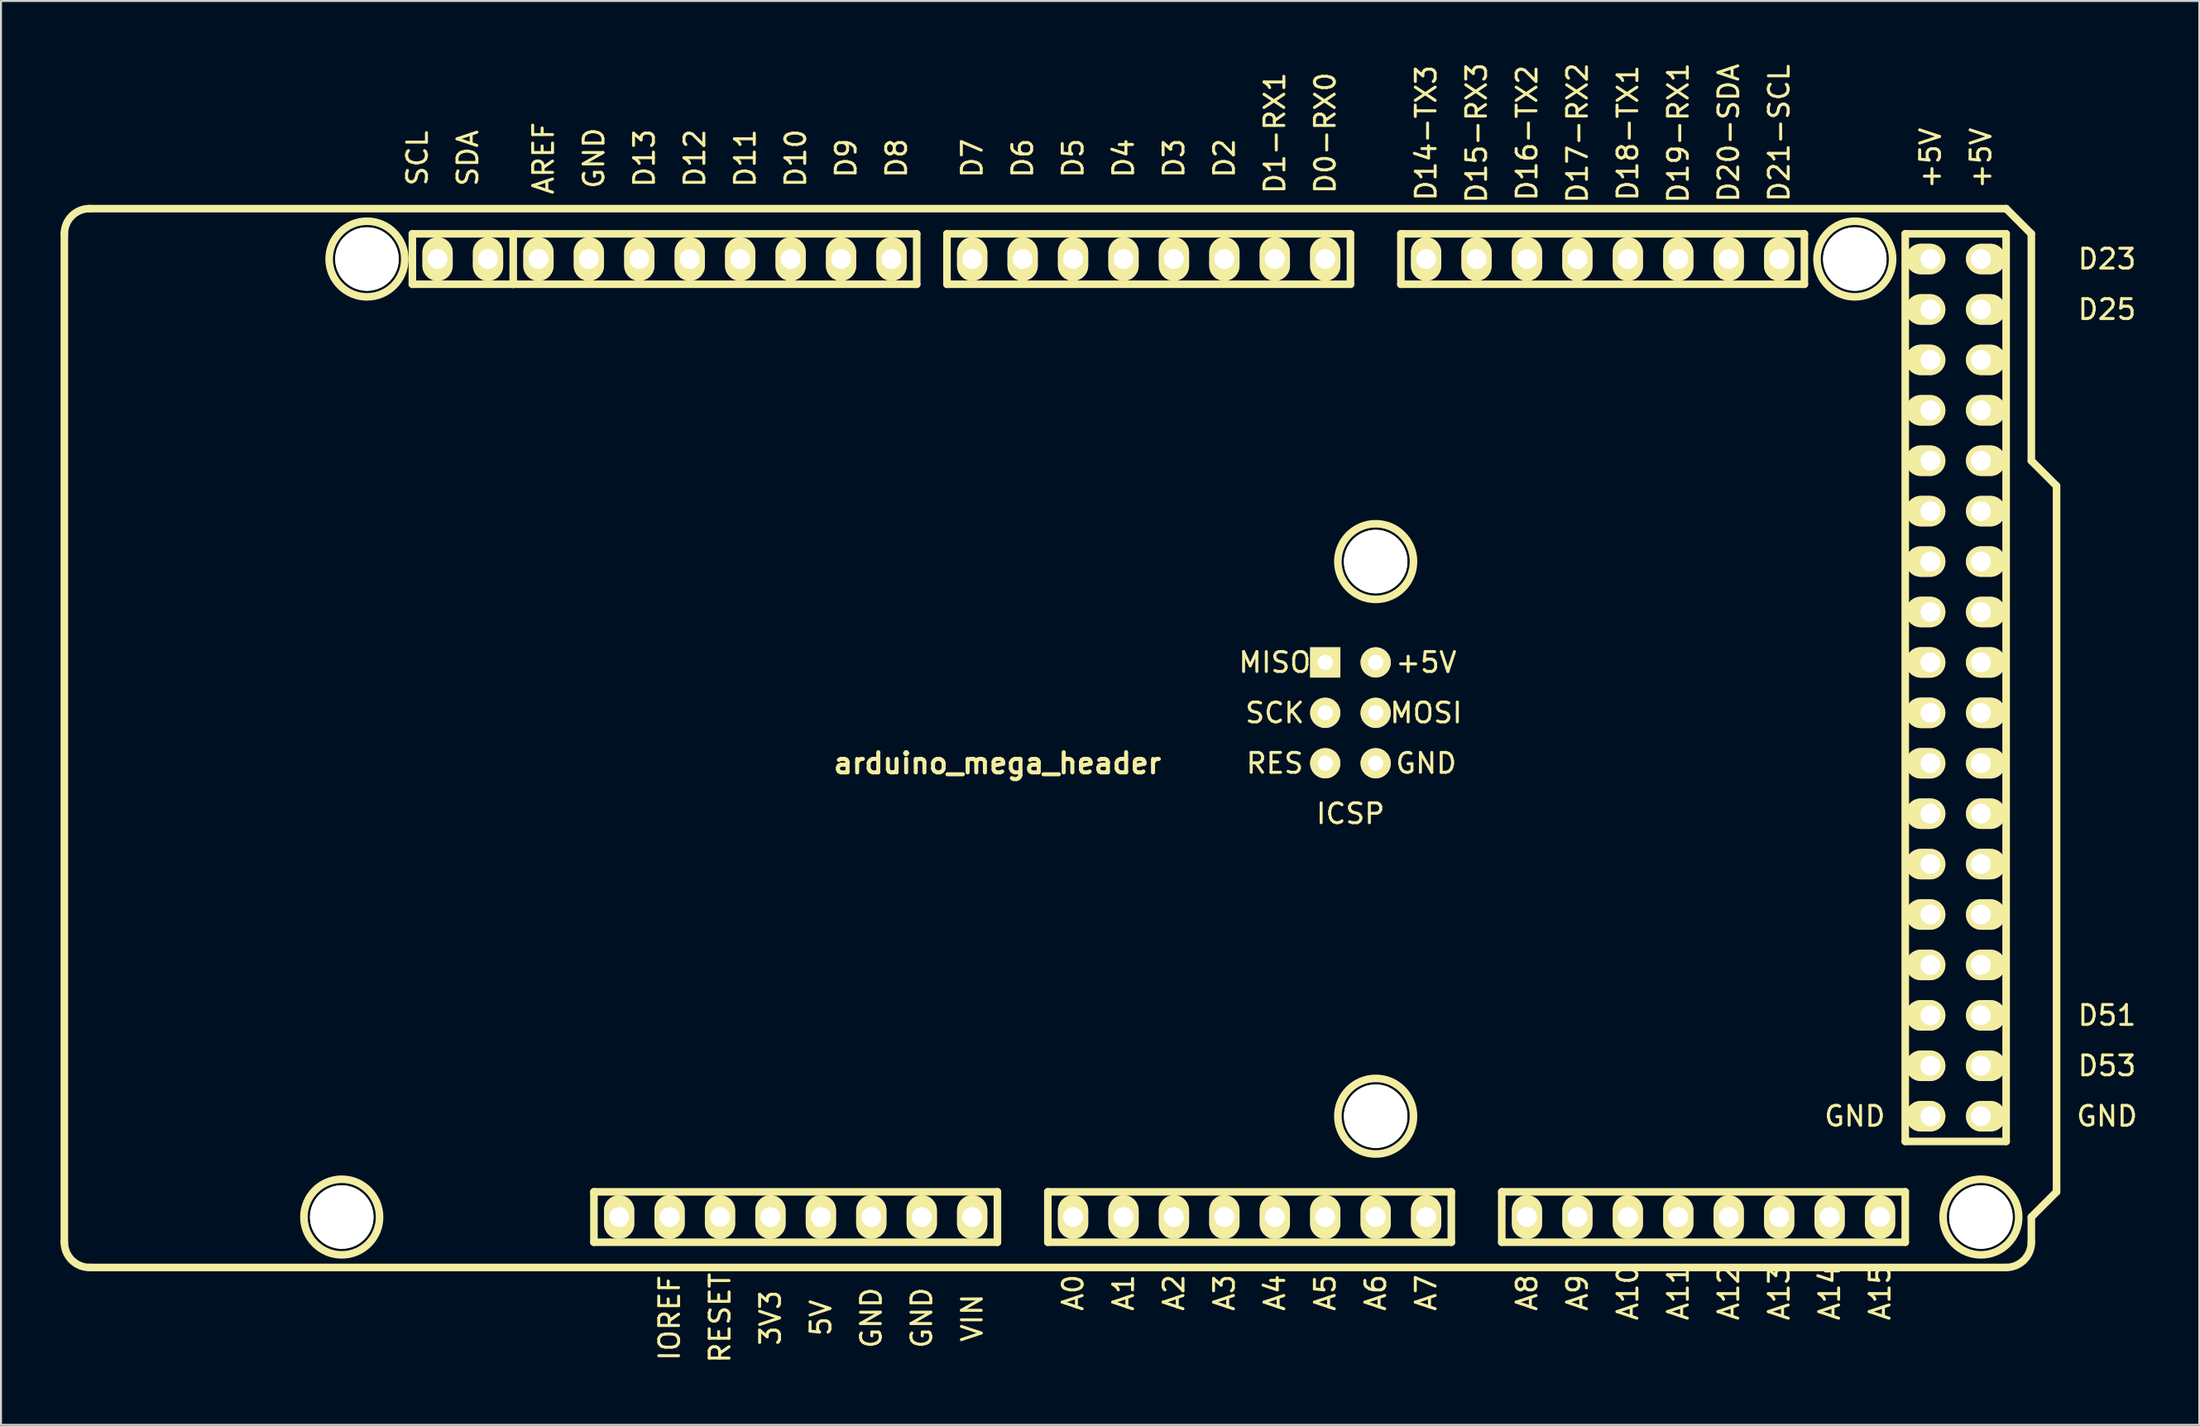
<source format=kicad_pcb>
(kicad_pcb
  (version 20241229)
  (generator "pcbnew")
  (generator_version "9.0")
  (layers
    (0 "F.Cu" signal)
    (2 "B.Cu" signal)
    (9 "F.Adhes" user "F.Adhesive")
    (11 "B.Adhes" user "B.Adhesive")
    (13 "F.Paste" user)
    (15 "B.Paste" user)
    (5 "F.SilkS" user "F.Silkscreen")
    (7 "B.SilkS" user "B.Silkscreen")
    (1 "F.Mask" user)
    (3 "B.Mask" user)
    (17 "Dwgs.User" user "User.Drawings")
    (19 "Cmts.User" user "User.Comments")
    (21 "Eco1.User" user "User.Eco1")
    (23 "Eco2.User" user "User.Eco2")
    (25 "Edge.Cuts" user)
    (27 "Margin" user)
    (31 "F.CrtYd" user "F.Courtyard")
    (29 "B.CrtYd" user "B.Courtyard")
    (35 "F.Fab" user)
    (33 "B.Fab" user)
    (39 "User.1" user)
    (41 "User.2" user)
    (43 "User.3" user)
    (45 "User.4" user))
  (footprint "arduino_mega_header"
    (layer "F.Cu")
    (at 49.721 34.129)
    (property "Reference" "arduino_mega_header" (at -2.54 1.27 0) (layer "F.SilkS") (effects (font (size 1.016 1.016) (thickness 0.203))))
    (attr through_hole)
    (fp_line (start -49.53 25.4) (end -49.53 -25.4) (stroke (width 0.381) (type solid)) (layer "F.SilkS"))
    (fp_line (start -48.26 -26.67) (end 48.26 -26.67) (stroke (width 0.381) (type solid)) (layer "F.SilkS"))
    (fp_line (start -48.26 26.67) (end 48.26 26.67) (stroke (width 0.381) (type solid)) (layer "F.SilkS"))
    (fp_line (start -32.004 -25.4) (end -32.004 -22.86) (stroke (width 0.381) (type solid)) (layer "F.SilkS"))
    (fp_line (start -32.004 -22.86) (end -26.924 -22.86) (stroke (width 0.381) (type solid)) (layer "F.SilkS"))
    (fp_line (start -26.924 -25.4) (end -32.004 -25.4) (stroke (width 0.381) (type solid)) (layer "F.SilkS"))
    (fp_line (start -26.924 -22.86) (end -26.924 -25.4) (stroke (width 0.381) (type solid)) (layer "F.SilkS"))
    (fp_line (start -22.86 25.4) (end -22.86 22.86) (stroke (width 0.381) (type solid)) (layer "F.SilkS"))
    (fp_line (start -22.86 25.4) (end -2.54 25.4) (stroke (width 0.381) (type solid)) (layer "F.SilkS"))
    (fp_line (start -6.604 -25.4) (end -26.924 -25.4) (stroke (width 0.381) (type solid)) (layer "F.SilkS"))
    (fp_line (start -6.604 -22.86) (end -26.924 -22.86) (stroke (width 0.381) (type solid)) (layer "F.SilkS"))
    (fp_line (start -6.604 -22.86) (end -6.604 -25.4) (stroke (width 0.381) (type solid)) (layer "F.SilkS"))
    (fp_line (start -5.08 -25.4) (end 15.24 -25.4) (stroke (width 0.381) (type solid)) (layer "F.SilkS"))
    (fp_line (start -5.08 -22.86) (end -5.08 -25.4) (stroke (width 0.381) (type solid)) (layer "F.SilkS"))
    (fp_line (start -2.54 22.86) (end -22.86 22.86) (stroke (width 0.381) (type solid)) (layer "F.SilkS"))
    (fp_line (start -2.54 22.86) (end -2.54 25.4) (stroke (width 0.381) (type solid)) (layer "F.SilkS"))
    (fp_line (start 0 22.86) (end 0 25.4) (stroke (width 0.381) (type solid)) (layer "F.SilkS"))
    (fp_line (start 0 25.4) (end 20.32 25.4) (stroke (width 0.381) (type solid)) (layer "F.SilkS"))
    (fp_line (start 15.24 -25.4) (end 15.24 -22.86) (stroke (width 0.381) (type solid)) (layer "F.SilkS"))
    (fp_line (start 15.24 -22.86) (end -5.08 -22.86) (stroke (width 0.381) (type solid)) (layer "F.SilkS"))
    (fp_line (start 17.78 -25.4) (end 17.78 -22.86) (stroke (width 0.381) (type solid)) (layer "F.SilkS"))
    (fp_line (start 17.78 -22.86) (end 38.1 -22.86) (stroke (width 0.381) (type solid)) (layer "F.SilkS"))
    (fp_line (start 20.32 22.86) (end 0 22.86) (stroke (width 0.381) (type solid)) (layer "F.SilkS"))
    (fp_line (start 20.32 25.4) (end 20.32 22.86) (stroke (width 0.381) (type solid)) (layer "F.SilkS"))
    (fp_line (start 22.86 22.86) (end 43.18 22.86) (stroke (width 0.381) (type solid)) (layer "F.SilkS"))
    (fp_line (start 22.86 25.4) (end 22.86 22.86) (stroke (width 0.381) (type solid)) (layer "F.SilkS"))
    (fp_line (start 38.1 -25.4) (end 17.78 -25.4) (stroke (width 0.381) (type solid)) (layer "F.SilkS"))
    (fp_line (start 38.1 -22.86) (end 38.1 -25.4) (stroke (width 0.381) (type solid)) (layer "F.SilkS"))
    (fp_line (start 43.18 -25.4) (end 43.18 20.32) (stroke (width 0.381) (type solid)) (layer "F.SilkS"))
    (fp_line (start 43.18 20.32) (end 48.26 20.32) (stroke (width 0.381) (type solid)) (layer "F.SilkS"))
    (fp_line (start 43.18 22.86) (end 43.18 25.4) (stroke (width 0.381) (type solid)) (layer "F.SilkS"))
    (fp_line (start 43.18 25.4) (end 22.86 25.4) (stroke (width 0.381) (type solid)) (layer "F.SilkS"))
    (fp_line (start 48.26 -26.67) (end 49.53 -25.4) (stroke (width 0.381) (type solid)) (layer "F.SilkS"))
    (fp_line (start 48.26 -25.4) (end 43.18 -25.4) (stroke (width 0.381) (type solid)) (layer "F.SilkS"))
    (fp_line (start 48.26 20.32) (end 48.26 -25.4) (stroke (width 0.381) (type solid)) (layer "F.SilkS"))
    (fp_line (start 49.53 -25.4) (end 49.53 -13.97) (stroke (width 0.381) (type solid)) (layer "F.SilkS"))
    (fp_line (start 49.53 -13.97) (end 50.8 -12.7) (stroke (width 0.381) (type solid)) (layer "F.SilkS"))
    (fp_line (start 49.53 24.13) (end 49.53 25.4) (stroke (width 0.381) (type solid)) (layer "F.SilkS"))
    (fp_line (start 50.8 -12.7) (end 50.8 22.86) (stroke (width 0.381) (type solid)) (layer "F.SilkS"))
    (fp_line (start 50.8 22.86) (end 49.53 24.13) (stroke (width 0.381) (type solid)) (layer "F.SilkS"))
    (fp_arc (start -49.53 -25.4) (mid -49.158026 -26.298026) (end -48.26 -26.67) (stroke (width 0.381) (type solid)) (layer "F.SilkS"))
    (fp_arc (start -48.26 26.67) (mid -49.158026 26.298026) (end -49.53 25.4) (stroke (width 0.381) (type solid)) (layer "F.SilkS"))
    (fp_arc (start 49.53 25.4) (mid 49.158026 26.298026) (end 48.26 26.67) (stroke (width 0.381) (type solid)) (layer "F.SilkS"))
    (fp_circle (center -35.56 24.13) (end -33.655 24.13) (stroke (width 0.381) (type solid)) (fill no) (layer "F.SilkS"))
    (fp_circle (center -34.29 -24.13) (end -32.385 -24.13) (stroke (width 0.381) (type solid)) (fill no) (layer "F.SilkS"))
    (fp_circle (center 16.51 -8.89) (end 18.415 -8.89) (stroke (width 0.381) (type solid)) (fill no) (layer "F.SilkS"))
    (fp_circle (center 16.51 19.05) (end 18.415 19.05) (stroke (width 0.381) (type solid)) (fill no) (layer "F.SilkS"))
    (fp_circle (center 40.64 -24.13) (end 42.545 -24.13) (stroke (width 0.381) (type solid)) (fill no) (layer "F.SilkS"))
    (fp_circle (center 46.99 24.13) (end 48.895 24.13) (stroke (width 0.381) (type solid)) (fill no) (layer "F.SilkS"))
    (fp_text user "SCK" (at 11.43 -1.27 180) (layer "F.SilkS") (effects (font (size 1 1) (thickness 0.15))))
    (fp_text user "D51" (at 53.34 13.97 180) (layer "F.SilkS") (effects (font (size 1 1) (thickness 0.15))))
    (fp_text user "+5V" (at 46.99 -29.21 90) (layer "F.SilkS") (effects (font (size 1 1) (thickness 0.15))))
    (fp_text user "A6" (at 16.51 27.94 90) (layer "F.SilkS") (effects (font (size 1 1) (thickness 0.15))))
    (fp_text user "MOSI" (at 19.05 -1.27 180) (layer "F.SilkS") (effects (font (size 1 1) (thickness 0.15))))
    (fp_text user "D19-RX1" (at 31.75 -30.48 90) (layer "F.SilkS") (effects (font (size 1 1) (thickness 0.15))))
    (fp_text user "D9" (at -10.16 -29.21 90) (layer "F.SilkS") (effects (font (size 1 1) (thickness 0.15))))
    (fp_text user "A0" (at 1.27 27.94 90) (layer "F.SilkS") (effects (font (size 1 1) (thickness 0.15))))
    (fp_text user "A9" (at 26.67 27.94 90) (layer "F.SilkS") (effects (font (size 1 1) (thickness 0.15))))
    (fp_text user "D10" (at -12.7 -29.21 90) (layer "F.SilkS") (effects (font (size 1 1) (thickness 0.15))))
    (fp_text user "A1" (at 3.81 27.94 90) (layer "F.SilkS") (effects (font (size 1 1) (thickness 0.15))))
    (fp_text user "3V3" (at -13.97 29.21 90) (layer "F.SilkS") (effects (font (size 1 1) (thickness 0.15))))
    (fp_text user "D2" (at 8.89 -29.21 90) (layer "F.SilkS") (effects (font (size 1 1) (thickness 0.15))))
    (fp_text user "D53" (at 53.34 16.51 180) (layer "F.SilkS") (effects (font (size 1 1) (thickness 0.15))))
    (fp_text user "" (at -1.27 -1.27 0) (layer "F.SilkS") (effects (font (size 1 1) (thickness 0.15))))
    (fp_text user "IOREF" (at -19.05 29.21 90) (layer "F.SilkS") (effects (font (size 1 1) (thickness 0.15))))
    (fp_text user "A12" (at 34.29 27.94 90) (layer "F.SilkS") (effects (font (size 1 1) (thickness 0.15))))
    (fp_text user "A5" (at 13.97 27.94 90) (layer "F.SilkS") (effects (font (size 1 1) (thickness 0.15))))
    (fp_text user "GND" (at 19.05 1.27 180) (layer "F.SilkS") (effects (font (size 1 1) (thickness 0.15))))
    (fp_text user "A2" (at 6.35 27.94 90) (layer "F.SilkS") (effects (font (size 1 1) (thickness 0.15))))
    (fp_text user "RES" (at 11.43 1.27 180) (layer "F.SilkS") (effects (font (size 1 1) (thickness 0.15))))
    (fp_text user "MISO" (at 11.43 -3.81 180) (layer "F.SilkS") (effects (font (size 1 1) (thickness 0.15))))
    (fp_text user "A4" (at 11.43 27.94 90) (layer "F.SilkS") (effects (font (size 1 1) (thickness 0.15))))
    (fp_text user "D3" (at 6.35 -29.21 90) (layer "F.SilkS") (effects (font (size 1 1) (thickness 0.15))))
    (fp_text user "D18-TX1" (at 29.21 -30.48 90) (layer "F.SilkS") (effects (font (size 1 1) (thickness 0.15))))
    (fp_text user "D4" (at 3.81 -29.21 90) (layer "F.SilkS") (effects (font (size 1 1) (thickness 0.15))))
    (fp_text user "D1-RX1" (at 11.43 -30.48 90) (layer "F.SilkS") (effects (font (size 1 1) (thickness 0.15))))
    (fp_text user "D15-RX3" (at 21.59 -30.48 90) (layer "F.SilkS") (effects (font (size 1 1) (thickness 0.15))))
    (fp_text user "D13" (at -20.32 -29.21 90) (layer "F.SilkS") (effects (font (size 1 1) (thickness 0.15))))
    (fp_text user "SCL" (at -31.75 -29.21 90) (layer "F.SilkS") (effects (font (size 1 1) (thickness 0.15))))
    (fp_text user "A7" (at 19.05 27.94 90) (layer "F.SilkS") (effects (font (size 1 1) (thickness 0.15))))
    (fp_text user "D21-SCL" (at 36.83 -30.48 90) (layer "F.SilkS") (effects (font (size 1 1) (thickness 0.15))))
    (fp_text user "D23" (at 53.34 -24.13 180) (layer "F.SilkS") (effects (font (size 1 1) (thickness 0.15))))
    (fp_text user "ICSP" (at 15.24 3.81 180) (layer "F.SilkS") (effects (font (size 1 1) (thickness 0.15))))
    (fp_text user "A11" (at 31.75 27.94 90) (layer "F.SilkS") (effects (font (size 1 1) (thickness 0.15))))
    (fp_text user "D7" (at -3.81 -29.21 90) (layer "F.SilkS") (effects (font (size 1 1) (thickness 0.15))))
    (fp_text user "A8" (at 24.13 27.94 90) (layer "F.SilkS") (effects (font (size 1 1) (thickness 0.15))))
    (fp_text user "D25" (at 53.34 -21.59 180) (layer "F.SilkS") (effects (font (size 1 1) (thickness 0.15))))
    (fp_text user "RESET" (at -16.51 29.21 90) (layer "F.SilkS") (effects (font (size 1 1) (thickness 0.15))))
    (fp_text user "A13" (at 36.83 27.94 90) (layer "F.SilkS") (effects (font (size 1 1) (thickness 0.15))))
    (fp_text user "D12" (at -17.78 -29.21 90) (layer "F.SilkS") (effects (font (size 1 1) (thickness 0.15))))
    (fp_text user "D8" (at -7.62 -29.21 90) (layer "F.SilkS") (effects (font (size 1 1) (thickness 0.15))))
    (fp_text user "VIN" (at -3.81 29.21 90) (layer "F.SilkS") (effects (font (size 1 1) (thickness 0.15))))
    (fp_text user "GND" (at 40.64 19.05 180) (layer "F.SilkS") (effects (font (size 1 1) (thickness 0.15))))
    (fp_text user "D17-RX2" (at 26.67 -30.48 90) (layer "F.SilkS") (effects (font (size 1 1) (thickness 0.15))))
    (fp_text user "+5V" (at 44.45 -29.21 90) (layer "F.SilkS") (effects (font (size 1 1) (thickness 0.15))))
    (fp_text user "D0-RX0" (at 13.97 -30.48 90) (layer "F.SilkS") (effects (font (size 1 1) (thickness 0.15))))
    (fp_text user "A15" (at 41.91 27.94 90) (layer "F.SilkS") (effects (font (size 1 1) (thickness 0.15))))
    (fp_text user "D6" (at -1.27 -29.21 90) (layer "F.SilkS") (effects (font (size 1 1) (thickness 0.15))))
    (fp_text user "D11" (at -15.24 -29.21 90) (layer "F.SilkS") (effects (font (size 1 1) (thickness 0.15))))
    (fp_text user "D16-TX2" (at 24.13 -30.48 90) (layer "F.SilkS") (effects (font (size 1 1) (thickness 0.15))))
    (fp_text user "GND" (at 53.34 19.05 180) (layer "F.SilkS") (effects (font (size 1 1) (thickness 0.15))))
    (fp_text user "GND" (at -6.35 29.21 90) (layer "F.SilkS") (effects (font (size 1 1) (thickness 0.15))))
    (fp_text user "A3" (at 8.89 27.94 90) (layer "F.SilkS") (effects (font (size 1 1) (thickness 0.15))))
    (fp_text user "D5" (at 1.27 -29.21 90) (layer "F.SilkS") (effects (font (size 1 1) (thickness 0.15))))
    (fp_text user "AREF" (at -25.4 -29.21 90) (layer "F.SilkS") (effects (font (size 1 1) (thickness 0.15))))
    (fp_text user "GND" (at -22.86 -29.21 90) (layer "F.SilkS") (effects (font (size 1 1) (thickness 0.15))))
    (fp_text user "A10" (at 29.21 27.94 90) (layer "F.SilkS") (effects (font (size 1 1) (thickness 0.15))))
    (fp_text user "A14" (at 39.37 27.94 90) (layer "F.SilkS") (effects (font (size 1 1) (thickness 0.15))))
    (fp_text user "D14-TX3" (at 19.05 -30.48 90) (layer "F.SilkS") (effects (font (size 1 1) (thickness 0.15))))
    (fp_text user "GND" (at -8.89 29.21 90) (layer "F.SilkS") (effects (font (size 1 1) (thickness 0.15))))
    (fp_text user "D20-SDA" (at 34.29 -30.48 90) (layer "F.SilkS") (effects (font (size 1 1) (thickness 0.15))))
    (fp_text user "+5V" (at 19.05 -3.81 180) (layer "F.SilkS") (effects (font (size 1 1) (thickness 0.15))))
    (fp_text user "5V" (at -11.43 29.21 90) (layer "F.SilkS") (effects (font (size 1 1) (thickness 0.15))))
    (fp_text user "SDA" (at -29.21 -29.21 90) (layer "F.SilkS") (effects (font (size 1 1) (thickness 0.15))))
    (pad "" np_thru_hole circle (at -35.56 24.13) (size 3.198 3.198) (drill 3.198) (layers "*.Cu" "*.Mask" "F.SilkS"))
    (pad "" np_thru_hole circle (at -34.29 -24.13) (size 3.198 3.198) (drill 3.198) (layers "*.Cu" "*.Mask" "F.SilkS"))
    (pad "" np_thru_hole circle (at 16.51 -8.89) (size 3.198 3.198) (drill 3.198) (layers "*.Cu" "*.Mask" "F.SilkS"))
    (pad "" np_thru_hole circle (at 16.51 19.05) (size 3.198 3.198) (drill 3.198) (layers "*.Cu" "*.Mask" "F.SilkS"))
    (pad "" np_thru_hole circle (at 40.64 -24.13) (size 3.198 3.198) (drill 3.198) (layers "*.Cu" "*.Mask" "F.SilkS"))
    (pad "" np_thru_hole circle (at 46.99 24.13) (size 3.198 3.198) (drill 3.198) (layers "*.Cu" "*.Mask" "F.SilkS"))
    (pad "1" thru_hole oval (at -21.59 24.13) (size 1.524 2.2) (drill 1.001) (layers "*.Cu" "*.Mask" "F.SilkS"))
    (pad "2" thru_hole oval (at -19.05 24.13) (size 1.524 2.2) (drill 1.001) (layers "*.Cu" "*.Mask" "F.SilkS"))
    (pad "3" thru_hole oval (at -16.51 24.13) (size 1.524 2.2) (drill 1.001) (layers "*.Cu" "*.Mask" "F.SilkS"))
    (pad "4" thru_hole oval (at -13.97 24.13) (size 1.524 2.2) (drill 1.001) (layers "*.Cu" "*.Mask" "F.SilkS"))
    (pad "5" thru_hole oval (at -11.43 24.13) (size 1.524 2.2) (drill 1.001) (layers "*.Cu" "*.Mask" "F.SilkS"))
    (pad "6" thru_hole oval (at -8.89 24.13) (size 1.524 2.2) (drill 1.001) (layers "*.Cu" "*.Mask" "F.SilkS"))
    (pad "7" thru_hole oval (at -6.35 24.13) (size 1.524 2.2) (drill 1.001) (layers "*.Cu" "*.Mask" "F.SilkS"))
    (pad "8" thru_hole oval (at -3.81 24.13) (size 1.524 2.2) (drill 1.001) (layers "*.Cu" "*.Mask" "F.SilkS"))
    (pad "9" thru_hole oval (at 1.27 24.13) (size 1.524 2.2) (drill 1.001) (layers "*.Cu" "*.Mask" "F.SilkS"))
    (pad "10" thru_hole oval (at 3.81 24.13) (size 1.524 2.2) (drill 1.001) (layers "*.Cu" "*.Mask" "F.SilkS"))
    (pad "11" thru_hole oval (at 6.35 24.13) (size 1.524 2.2) (drill 1.001) (layers "*.Cu" "*.Mask" "F.SilkS"))
    (pad "12" thru_hole oval (at 8.89 24.13) (size 1.524 2.2) (drill 1.001) (layers "*.Cu" "*.Mask" "F.SilkS"))
    (pad "13" thru_hole oval (at 11.43 24.13) (size 1.524 2.2) (drill 1.001) (layers "*.Cu" "*.Mask" "F.SilkS"))
    (pad "14" thru_hole oval (at 13.97 24.13) (size 1.524 2.2) (drill 1.001) (layers "*.Cu" "*.Mask" "F.SilkS"))
    (pad "15" thru_hole oval (at 16.51 24.13) (size 1.524 2.2) (drill 1.001) (layers "*.Cu" "*.Mask" "F.SilkS"))
    (pad "16" thru_hole oval (at 19.05 24.13) (size 1.524 2.2) (drill 1.001) (layers "*.Cu" "*.Mask" "F.SilkS"))
    (pad "17" thru_hole oval (at 24.13 24.13) (size 1.524 2.2) (drill 1.001) (layers "*.Cu" "*.Mask" "F.SilkS"))
    (pad "18" thru_hole oval (at 26.67 24.13) (size 1.524 2.2) (drill 1.001) (layers "*.Cu" "*.Mask" "F.SilkS"))
    (pad "19" thru_hole oval (at 29.21 24.13) (size 1.524 2.2) (drill 1.001) (layers "*.Cu" "*.Mask" "F.SilkS"))
    (pad "20" thru_hole oval (at 31.75 24.13) (size 1.524 2.197) (drill 1.001) (layers "*.Cu" "*.Mask" "F.SilkS"))
    (pad "21" thru_hole oval (at 34.29 24.13) (size 1.524 2.197) (drill 1.001) (layers "*.Cu" "*.Mask" "F.SilkS"))
    (pad "22" thru_hole oval (at 36.83 24.13) (size 1.524 2.197) (drill 1.001) (layers "*.Cu" "*.Mask" "F.SilkS"))
    (pad "23" thru_hole oval (at 39.37 24.13) (size 1.524 2.197) (drill 1.001) (layers "*.Cu" "*.Mask" "F.SilkS"))
    (pad "24" thru_hole oval (at 41.91 24.13) (size 1.524 2.197) (drill 1.001) (layers "*.Cu" "*.Mask" "F.SilkS"))
    (pad "25" thru_hole oval (at 44.45 19.05) (size 1.999 1.539) (drill 1.001 (offset -0.249 0)) (layers "*.Cu" "*.Mask" "F.SilkS"))
    (pad "26" thru_hole oval (at 44.45 16.51) (size 1.999 1.539) (drill 1.001 (offset -0.249 0)) (layers "*.Cu" "*.Mask" "F.SilkS"))
    (pad "27" thru_hole oval (at 44.45 13.97) (size 1.999 1.539) (drill 1.001 (offset -0.249 0)) (layers "*.Cu" "*.Mask" "F.SilkS"))
    (pad "28" thru_hole oval (at 44.45 11.43) (size 1.999 1.539) (drill 1.001 (offset -0.249 0)) (layers "*.Cu" "*.Mask" "F.SilkS"))
    (pad "29" thru_hole oval (at 44.45 8.89) (size 1.999 1.539) (drill 1.001 (offset -0.249 0)) (layers "*.Cu" "*.Mask" "F.SilkS"))
    (pad "30" thru_hole oval (at 44.45 6.35) (size 1.999 1.539) (drill 1.001 (offset -0.249 0)) (layers "*.Cu" "*.Mask" "F.SilkS"))
    (pad "31" thru_hole oval (at 44.45 3.81) (size 1.999 1.539) (drill 1.001 (offset -0.249 0)) (layers "*.Cu" "*.Mask" "F.SilkS"))
    (pad "32" thru_hole oval (at 44.45 1.27) (size 1.999 1.539) (drill 1.001 (offset -0.249 0)) (layers "*.Cu" "*.Mask" "F.SilkS"))
    (pad "33" thru_hole oval (at 44.45 -1.27) (size 1.999 1.539) (drill 1.001 (offset -0.249 0)) (layers "*.Cu" "*.Mask" "F.SilkS"))
    (pad "34" thru_hole oval (at 44.45 -3.81) (size 1.999 1.539) (drill 1.001 (offset -0.249 0)) (layers "*.Cu" "*.Mask" "F.SilkS"))
    (pad "35" thru_hole oval (at 44.45 -6.35) (size 1.999 1.539) (drill 1.001 (offset -0.249 0)) (layers "*.Cu" "*.Mask" "F.SilkS"))
    (pad "36" thru_hole oval (at 44.45 -8.89) (size 1.999 1.539) (drill 1.001 (offset -0.249 0)) (layers "*.Cu" "*.Mask" "F.SilkS"))
    (pad "37" thru_hole oval (at 44.45 -11.43) (size 1.999 1.539) (drill 1.001 (offset -0.249 0)) (layers "*.Cu" "*.Mask" "F.SilkS"))
    (pad "38" thru_hole oval (at 44.45 -13.97) (size 1.999 1.539) (drill 1.001 (offset -0.249 0)) (layers "*.Cu" "*.Mask" "F.SilkS"))
    (pad "39" thru_hole oval (at 44.45 -16.51) (size 1.999 1.539) (drill 1.001 (offset -0.249 0)) (layers "*.Cu" "*.Mask" "F.SilkS"))
    (pad "40" thru_hole oval (at 44.45 -19.05) (size 1.999 1.539) (drill 1.001 (offset -0.249 0)) (layers "*.Cu" "*.Mask" "F.SilkS"))
    (pad "41" thru_hole oval (at 44.45 -21.59) (size 1.999 1.539) (drill 1.001 (offset -0.249 0)) (layers "*.Cu" "*.Mask" "F.SilkS"))
    (pad "42" thru_hole oval (at 44.45 -24.13) (size 1.999 1.539) (drill 1.001 (offset -0.249 0)) (layers "*.Cu" "*.Mask" "F.SilkS"))
    (pad "43" thru_hole oval (at 46.99 19.05) (size 1.999 1.537) (drill 1.001 (offset 0.246 0)) (layers "*.Cu" "*.Mask" "F.SilkS"))
    (pad "44" thru_hole oval (at 46.99 16.51) (size 1.999 1.537) (drill 1.001 (offset 0.246 0)) (layers "*.Cu" "*.Mask" "F.SilkS"))
    (pad "45" thru_hole oval (at 46.99 13.97) (size 1.999 1.537) (drill 1.001 (offset 0.246 0)) (layers "*.Cu" "*.Mask" "F.SilkS"))
    (pad "46" thru_hole oval (at 46.99 11.43) (size 1.999 1.537) (drill 1.001 (offset 0.246 0)) (layers "*.Cu" "*.Mask" "F.SilkS"))
    (pad "47" thru_hole oval (at 46.99 8.89) (size 1.999 1.537) (drill 1.001 (offset 0.246 0)) (layers "*.Cu" "*.Mask" "F.SilkS"))
    (pad "48" thru_hole oval (at 46.99 6.35) (size 1.999 1.537) (drill 1.001 (offset 0.246 0)) (layers "*.Cu" "*.Mask" "F.SilkS"))
    (pad "49" thru_hole oval (at 46.99 3.81) (size 1.999 1.537) (drill 1.001 (offset 0.246 0)) (layers "*.Cu" "*.Mask" "F.SilkS"))
    (pad "50" thru_hole oval (at 46.99 1.27) (size 1.999 1.537) (drill 1.001 (offset 0.246 0)) (layers "*.Cu" "*.Mask" "F.SilkS"))
    (pad "51" thru_hole oval (at 46.99 -1.27) (size 1.999 1.537) (drill 1.001 (offset 0.246 0)) (layers "*.Cu" "*.Mask" "F.SilkS"))
    (pad "52" thru_hole oval (at 46.99 -3.81) (size 1.999 1.537) (drill 1.001 (offset 0.246 0)) (layers "*.Cu" "*.Mask" "F.SilkS"))
    (pad "53" thru_hole oval (at 46.99 -6.35) (size 1.999 1.537) (drill 1.001 (offset 0.246 0)) (layers "*.Cu" "*.Mask" "F.SilkS"))
    (pad "54" thru_hole oval (at 46.99 -8.89) (size 1.999 1.537) (drill 1.001 (offset 0.246 0)) (layers "*.Cu" "*.Mask" "F.SilkS"))
    (pad "55" thru_hole oval (at 46.99 -11.43) (size 1.999 1.537) (drill 1.001 (offset 0.246 0)) (layers "*.Cu" "*.Mask" "F.SilkS"))
    (pad "56" thru_hole oval (at 46.99 -13.97) (size 1.999 1.537) (drill 1.001 (offset 0.246 0)) (layers "*.Cu" "*.Mask" "F.SilkS"))
    (pad "57" thru_hole oval (at 46.99 -16.51) (size 1.999 1.537) (drill 1.001 (offset 0.246 0)) (layers "*.Cu" "*.Mask" "F.SilkS"))
    (pad "58" thru_hole oval (at 46.99 -19.05) (size 1.999 1.537) (drill 1.001 (offset 0.246 0)) (layers "*.Cu" "*.Mask" "F.SilkS"))
    (pad "59" thru_hole oval (at 46.99 -21.59) (size 1.999 1.537) (drill 1.001 (offset 0.246 0)) (layers "*.Cu" "*.Mask" "F.SilkS"))
    (pad "60" thru_hole oval (at 46.99 -24.13) (size 1.999 1.537) (drill 1.001 (offset 0.246 0)) (layers "*.Cu" "*.Mask" "F.SilkS"))
    (pad "61" thru_hole oval (at 36.83 -24.13) (size 1.524 2.197) (drill 1.001) (layers "*.Cu" "*.Mask" "F.SilkS"))
    (pad "62" thru_hole oval (at 34.29 -24.13) (size 1.524 2.197) (drill 1.001) (layers "*.Cu" "*.Mask" "F.SilkS"))
    (pad "63" thru_hole oval (at 31.75 -24.13) (size 1.524 2.197) (drill 1.001) (layers "*.Cu" "*.Mask" "F.SilkS"))
    (pad "64" thru_hole oval (at 29.21 -24.13) (size 1.524 2.197) (drill 1.001) (layers "*.Cu" "*.Mask" "F.SilkS"))
    (pad "65" thru_hole oval (at 26.67 -24.13) (size 1.524 2.197) (drill 1.001) (layers "*.Cu" "*.Mask" "F.SilkS"))
    (pad "66" thru_hole oval (at 24.13 -24.13) (size 1.524 2.197) (drill 1.001) (layers "*.Cu" "*.Mask" "F.SilkS"))
    (pad "67" thru_hole oval (at 21.59 -24.13) (size 1.524 2.197) (drill 1.001) (layers "*.Cu" "*.Mask" "F.SilkS"))
    (pad "68" thru_hole oval (at 19.05 -24.13) (size 1.524 2.197) (drill 1.001) (layers "*.Cu" "*.Mask" "F.SilkS"))
    (pad "69" thru_hole oval (at 13.97 -24.13) (size 1.524 2.197) (drill 1.001) (layers "*.Cu" "*.Mask" "F.SilkS"))
    (pad "70" thru_hole oval (at 11.43 -24.13) (size 1.524 2.197) (drill 1.001) (layers "*.Cu" "*.Mask" "F.SilkS"))
    (pad "71" thru_hole oval (at 8.89 -24.13) (size 1.524 2.197) (drill 1.001) (layers "*.Cu" "*.Mask" "F.SilkS"))
    (pad "72" thru_hole oval (at 6.35 -24.13) (size 1.524 2.197) (drill 1.001) (layers "*.Cu" "*.Mask" "F.SilkS"))
    (pad "73" thru_hole oval (at 3.81 -24.13) (size 1.524 2.197) (drill 1.001) (layers "*.Cu" "*.Mask" "F.SilkS"))
    (pad "74" thru_hole oval (at 1.27 -24.13) (size 1.524 2.197) (drill 1.001) (layers "*.Cu" "*.Mask" "F.SilkS"))
    (pad "75" thru_hole oval (at -1.27 -24.13) (size 1.524 2.197) (drill 1.001) (layers "*.Cu" "*.Mask" "F.SilkS"))
    (pad "76" thru_hole oval (at -3.81 -24.13) (size 1.524 2.197) (drill 1.001) (layers "*.Cu" "*.Mask" "F.SilkS"))
    (pad "77" thru_hole oval (at -7.874 -24.13) (size 1.524 2.197) (drill 1.001) (layers "*.Cu" "*.Mask" "F.SilkS"))
    (pad "78" thru_hole oval (at -10.414 -24.13) (size 1.524 2.197) (drill 1.001) (layers "*.Cu" "*.Mask" "F.SilkS"))
    (pad "79" thru_hole oval (at -12.954 -24.13) (size 1.524 2.197) (drill 1.001) (layers "*.Cu" "*.Mask" "F.SilkS"))
    (pad "80" thru_hole oval (at -15.494 -24.13) (size 1.524 2.197) (drill 1.001) (layers "*.Cu" "*.Mask" "F.SilkS"))
    (pad "81" thru_hole oval (at -18.034 -24.13) (size 1.524 2.197) (drill 1.001) (layers "*.Cu" "*.Mask" "F.SilkS"))
    (pad "82" thru_hole oval (at -20.574 -24.13) (size 1.524 2.197) (drill 1.001) (layers "*.Cu" "*.Mask" "F.SilkS"))
    (pad "83" thru_hole oval (at -23.114 -24.13) (size 1.524 2.197) (drill 1.001) (layers "*.Cu" "*.Mask" "F.SilkS"))
    (pad "84" thru_hole oval (at -25.654 -24.13) (size 1.524 2.197) (drill 1.001) (layers "*.Cu" "*.Mask" "F.SilkS"))
    (pad "85" thru_hole oval (at -28.194 -24.13) (size 1.524 2.197) (drill 1.001) (layers "*.Cu" "*.Mask" "F.SilkS"))
    (pad "86" thru_hole oval (at -30.734 -24.13) (size 1.524 2.197) (drill 1.001) (layers "*.Cu" "*.Mask" "F.SilkS"))
    (pad "87" thru_hole rect (at 13.97 -3.81) (size 1.524 1.524) (drill 0.762) (layers "*.Cu" "*.Mask" "F.SilkS"))
    (pad "88" thru_hole circle (at 16.51 -3.81) (size 1.524 1.524) (drill 0.762) (layers "*.Cu" "*.Mask" "F.SilkS"))
    (pad "89" thru_hole circle (at 13.97 -1.27) (size 1.524 1.524) (drill 0.762) (layers "*.Cu" "*.Mask" "F.SilkS"))
    (pad "90" thru_hole circle (at 16.51 -1.27) (size 1.524 1.524) (drill 0.762) (layers "*.Cu" "*.Mask" "F.SilkS"))
    (pad "91" thru_hole circle (at 13.97 1.27) (size 1.524 1.524) (drill 0.762) (layers "*.Cu" "*.Mask" "F.SilkS"))
    (pad "92" thru_hole circle (at 16.51 1.27) (size 1.524 1.524) (drill 0.762) (layers "*.Cu" "*.Mask" "F.SilkS")))
  (gr_rect
    (start -3 -3)
    (end 107.709 68.726)
    (stroke (width 0.1) (type default))
    (fill no)
    (layer "Edge.Cuts")))
</source>
